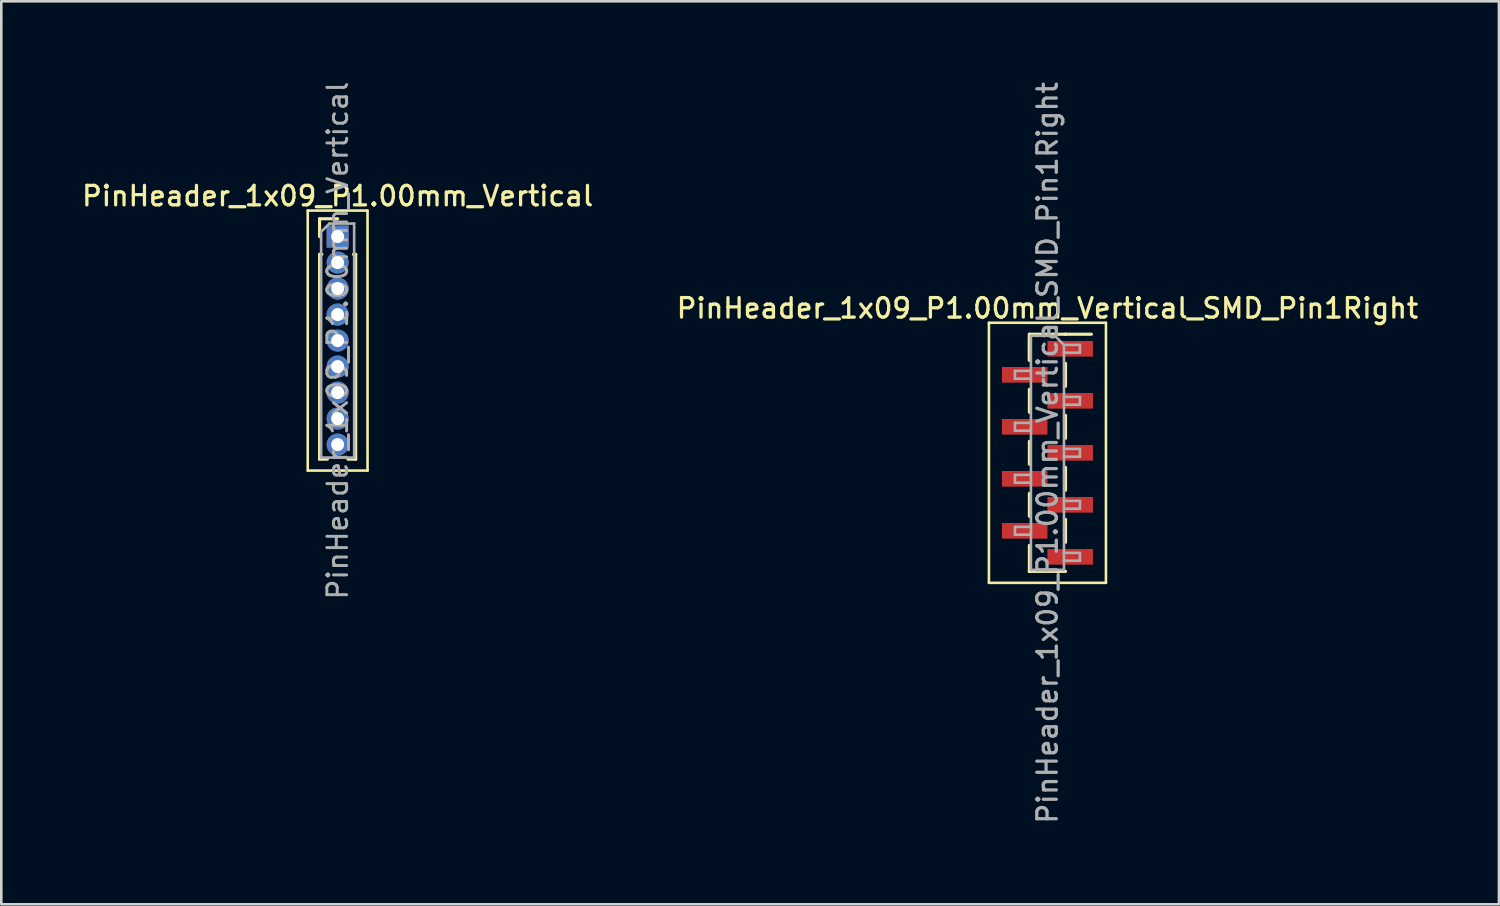
<source format=kicad_pcb>
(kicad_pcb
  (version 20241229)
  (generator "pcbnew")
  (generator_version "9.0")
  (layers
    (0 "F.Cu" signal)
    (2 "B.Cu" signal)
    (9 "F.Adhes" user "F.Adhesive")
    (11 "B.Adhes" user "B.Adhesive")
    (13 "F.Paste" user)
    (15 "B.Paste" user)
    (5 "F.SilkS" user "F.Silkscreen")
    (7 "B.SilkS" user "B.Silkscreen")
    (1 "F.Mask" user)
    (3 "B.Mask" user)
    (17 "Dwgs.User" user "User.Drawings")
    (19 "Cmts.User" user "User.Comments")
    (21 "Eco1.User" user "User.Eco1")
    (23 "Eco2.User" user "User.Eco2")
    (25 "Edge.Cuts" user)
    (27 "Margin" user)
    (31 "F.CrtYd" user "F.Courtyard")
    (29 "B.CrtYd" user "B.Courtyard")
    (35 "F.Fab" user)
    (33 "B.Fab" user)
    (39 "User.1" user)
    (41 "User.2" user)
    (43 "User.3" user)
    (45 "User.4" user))
  (footprint "PinHeader_1x09_P1.00mm_Vertical"
    (layer "F.Cu")
    (at 9.934 6.047)
    (property "Reference" "PinHeader_1x09_P1.00mm_Vertical" (at 0 -1.56 0) (layer "F.SilkS") (effects (font (size 0.75 0.75) (thickness 0.125))))
    (attr through_hole)
    (fp_line (start -1.15 -1) (end -1.15 9) (stroke (width 0.1) (type solid)) (layer "F.SilkS"))
    (fp_line (start -1.15 9) (end 1.15 9) (stroke (width 0.1) (type solid)) (layer "F.SilkS"))
    (fp_line (start -0.695 -0.685) (end 0 -0.685) (stroke (width 0.12) (type solid)) (layer "F.SilkS"))
    (fp_line (start -0.695 0) (end -0.695 -0.685) (stroke (width 0.12) (type solid)) (layer "F.SilkS"))
    (fp_line (start -0.695 0.685) (end -0.695 8.56) (stroke (width 0.12) (type solid)) (layer "F.SilkS"))
    (fp_line (start -0.695 0.685) (end -0.608 0.685) (stroke (width 0.12) (type solid)) (layer "F.SilkS"))
    (fp_line (start -0.695 8.56) (end -0.394 8.56) (stroke (width 0.12) (type solid)) (layer "F.SilkS"))
    (fp_line (start 0.394 8.56) (end 0.695 8.56) (stroke (width 0.12) (type solid)) (layer "F.SilkS"))
    (fp_line (start 0.608 0.685) (end 0.695 0.685) (stroke (width 0.12) (type solid)) (layer "F.SilkS"))
    (fp_line (start 0.695 0.685) (end 0.695 8.56) (stroke (width 0.12) (type solid)) (layer "F.SilkS"))
    (fp_line (start 1.15 -1) (end -1.15 -1) (stroke (width 0.1) (type solid)) (layer "F.SilkS"))
    (fp_line (start 1.15 9) (end 1.15 -1) (stroke (width 0.1) (type solid)) (layer "F.SilkS"))
    (fp_line (start -0.635 -0.182) (end -0.318 -0.5) (stroke (width 0.1) (type solid)) (layer "F.Fab"))
    (fp_line (start -0.635 8.5) (end -0.635 -0.182) (stroke (width 0.1) (type solid)) (layer "F.Fab"))
    (fp_line (start -0.318 -0.5) (end 0.635 -0.5) (stroke (width 0.1) (type solid)) (layer "F.Fab"))
    (fp_line (start 0.635 -0.5) (end 0.635 8.5) (stroke (width 0.1) (type solid)) (layer "F.Fab"))
    (fp_line (start 0.635 8.5) (end -0.635 8.5) (stroke (width 0.1) (type solid)) (layer "F.Fab"))
    (fp_text user "${REFERENCE}" (at 0 4 90) (layer "F.Fab") (effects (font (size 0.76 0.76) (thickness 0.114))))
    (pad "1" thru_hole rect (at 0 0) (size 0.85 0.85) (drill 0.5) (layers "*.Cu" "*.Mask"))
    (pad "2" thru_hole oval (at 0 1) (size 0.85 0.85) (drill 0.5) (layers "*.Cu" "*.Mask"))
    (pad "3" thru_hole oval (at 0 2) (size 0.85 0.85) (drill 0.5) (layers "*.Cu" "*.Mask"))
    (pad "4" thru_hole oval (at 0 3) (size 0.85 0.85) (drill 0.5) (layers "*.Cu" "*.Mask"))
    (pad "5" thru_hole oval (at 0 4) (size 0.85 0.85) (drill 0.5) (layers "*.Cu" "*.Mask"))
    (pad "6" thru_hole oval (at 0 5) (size 0.85 0.85) (drill 0.5) (layers "*.Cu" "*.Mask"))
    (pad "7" thru_hole oval (at 0 6) (size 0.85 0.85) (drill 0.5) (layers "*.Cu" "*.Mask"))
    (pad "8" thru_hole oval (at 0 7) (size 0.85 0.85) (drill 0.5) (layers "*.Cu" "*.Mask"))
    (pad "9" thru_hole oval (at 0 8) (size 0.85 0.85) (drill 0.5) (layers "*.Cu" "*.Mask")))
  (footprint "PinHeader_1x09_P1.00mm_Vertical_SMD_Pin1Right"
    (layer "F.Cu")
    (at 37.23 14.363)
    (property "Reference" "PinHeader_1x09_P1.00mm_Vertical_SMD_Pin1Right" (at 0 -5.56 0) (layer "F.SilkS") (effects (font (size 0.75 0.75) (thickness 0.125))))
    (attr smd)
    (fp_line (start -2.25 -5) (end -2.25 5) (stroke (width 0.1) (type solid)) (layer "F.SilkS"))
    (fp_line (start -2.25 5) (end 2.25 5) (stroke (width 0.1) (type solid)) (layer "F.SilkS"))
    (fp_line (start -0.695 -4.56) (end -0.695 -3.56) (stroke (width 0.12) (type solid)) (layer "F.SilkS"))
    (fp_line (start -0.695 -4.56) (end 0.695 -4.56) (stroke (width 0.12) (type solid)) (layer "F.SilkS"))
    (fp_line (start -0.695 -4.44) (end -0.695 -3.56) (stroke (width 0.12) (type solid)) (layer "F.SilkS"))
    (fp_line (start -0.695 -2.44) (end -0.695 -1.56) (stroke (width 0.12) (type solid)) (layer "F.SilkS"))
    (fp_line (start -0.695 -0.44) (end -0.695 0.44) (stroke (width 0.12) (type solid)) (layer "F.SilkS"))
    (fp_line (start -0.695 1.56) (end -0.695 2.44) (stroke (width 0.12) (type solid)) (layer "F.SilkS"))
    (fp_line (start -0.695 3.56) (end -0.695 4.56) (stroke (width 0.12) (type solid)) (layer "F.SilkS"))
    (fp_line (start -0.695 4.56) (end -0.695 4.56) (stroke (width 0.12) (type solid)) (layer "F.SilkS"))
    (fp_line (start -0.695 4.56) (end 0.695 4.56) (stroke (width 0.12) (type solid)) (layer "F.SilkS"))
    (fp_line (start 0.695 -4.56) (end 0.695 -4.56) (stroke (width 0.12) (type solid)) (layer "F.SilkS"))
    (fp_line (start 0.695 -4.56) (end 1.69 -4.56) (stroke (width 0.12) (type solid)) (layer "F.SilkS"))
    (fp_line (start 0.695 -3.44) (end 0.695 -2.56) (stroke (width 0.12) (type solid)) (layer "F.SilkS"))
    (fp_line (start 0.695 -1.44) (end 0.695 -0.56) (stroke (width 0.12) (type solid)) (layer "F.SilkS"))
    (fp_line (start 0.695 0.56) (end 0.695 1.44) (stroke (width 0.12) (type solid)) (layer "F.SilkS"))
    (fp_line (start 0.695 2.56) (end 0.695 3.44) (stroke (width 0.12) (type solid)) (layer "F.SilkS"))
    (fp_line (start 2.25 -5) (end -2.25 -5) (stroke (width 0.1) (type solid)) (layer "F.SilkS"))
    (fp_line (start 2.25 5) (end 2.25 -5) (stroke (width 0.1) (type solid)) (layer "F.SilkS"))
    (fp_line (start -1.25 -3.15) (end -1.25 -2.85) (stroke (width 0.1) (type solid)) (layer "F.Fab"))
    (fp_line (start -1.25 -2.85) (end -0.635 -2.85) (stroke (width 0.1) (type solid)) (layer "F.Fab"))
    (fp_line (start -1.25 -1.15) (end -1.25 -0.85) (stroke (width 0.1) (type solid)) (layer "F.Fab"))
    (fp_line (start -1.25 -0.85) (end -0.635 -0.85) (stroke (width 0.1) (type solid)) (layer "F.Fab"))
    (fp_line (start -1.25 0.85) (end -1.25 1.15) (stroke (width 0.1) (type solid)) (layer "F.Fab"))
    (fp_line (start -1.25 1.15) (end -0.635 1.15) (stroke (width 0.1) (type solid)) (layer "F.Fab"))
    (fp_line (start -1.25 2.85) (end -1.25 3.15) (stroke (width 0.1) (type solid)) (layer "F.Fab"))
    (fp_line (start -1.25 3.15) (end -0.635 3.15) (stroke (width 0.1) (type solid)) (layer "F.Fab"))
    (fp_line (start -0.635 -4.5) (end -0.635 4.5) (stroke (width 0.1) (type solid)) (layer "F.Fab"))
    (fp_line (start -0.635 -4.5) (end 0.285 -4.5) (stroke (width 0.1) (type solid)) (layer "F.Fab"))
    (fp_line (start -0.635 -3.15) (end -1.25 -3.15) (stroke (width 0.1) (type solid)) (layer "F.Fab"))
    (fp_line (start -0.635 -1.15) (end -1.25 -1.15) (stroke (width 0.1) (type solid)) (layer "F.Fab"))
    (fp_line (start -0.635 0.85) (end -1.25 0.85) (stroke (width 0.1) (type solid)) (layer "F.Fab"))
    (fp_line (start -0.635 2.85) (end -1.25 2.85) (stroke (width 0.1) (type solid)) (layer "F.Fab"))
    (fp_line (start 0.635 -4.15) (end 0.285 -4.5) (stroke (width 0.1) (type solid)) (layer "F.Fab"))
    (fp_line (start 0.635 -4.15) (end 1.25 -4.15) (stroke (width 0.1) (type solid)) (layer "F.Fab"))
    (fp_line (start 0.635 -2.15) (end 1.25 -2.15) (stroke (width 0.1) (type solid)) (layer "F.Fab"))
    (fp_line (start 0.635 -0.15) (end 1.25 -0.15) (stroke (width 0.1) (type solid)) (layer "F.Fab"))
    (fp_line (start 0.635 1.85) (end 1.25 1.85) (stroke (width 0.1) (type solid)) (layer "F.Fab"))
    (fp_line (start 0.635 3.85) (end 1.25 3.85) (stroke (width 0.1) (type solid)) (layer "F.Fab"))
    (fp_line (start 0.635 4.5) (end -0.635 4.5) (stroke (width 0.1) (type solid)) (layer "F.Fab"))
    (fp_line (start 0.635 4.5) (end 0.635 -4.15) (stroke (width 0.1) (type solid)) (layer "F.Fab"))
    (fp_line (start 1.25 -4.15) (end 1.25 -3.85) (stroke (width 0.1) (type solid)) (layer "F.Fab"))
    (fp_line (start 1.25 -3.85) (end 0.635 -3.85) (stroke (width 0.1) (type solid)) (layer "F.Fab"))
    (fp_line (start 1.25 -2.15) (end 1.25 -1.85) (stroke (width 0.1) (type solid)) (layer "F.Fab"))
    (fp_line (start 1.25 -1.85) (end 0.635 -1.85) (stroke (width 0.1) (type solid)) (layer "F.Fab"))
    (fp_line (start 1.25 -0.15) (end 1.25 0.15) (stroke (width 0.1) (type solid)) (layer "F.Fab"))
    (fp_line (start 1.25 0.15) (end 0.635 0.15) (stroke (width 0.1) (type solid)) (layer "F.Fab"))
    (fp_line (start 1.25 1.85) (end 1.25 2.15) (stroke (width 0.1) (type solid)) (layer "F.Fab"))
    (fp_line (start 1.25 2.15) (end 0.635 2.15) (stroke (width 0.1) (type solid)) (layer "F.Fab"))
    (fp_line (start 1.25 3.85) (end 1.25 4.15) (stroke (width 0.1) (type solid)) (layer "F.Fab"))
    (fp_line (start 1.25 4.15) (end 0.635 4.15) (stroke (width 0.1) (type solid)) (layer "F.Fab"))
    (fp_text user "${REFERENCE}" (at 0 0 90) (layer "F.Fab") (effects (font (size 0.75 0.75) (thickness 0.125))))
    (pad "1" smd rect (at 0.875 -4) (size 1.75 0.6) (layers "F.Cu" "F.Mask" "F.Paste"))
    (pad "2" smd rect (at -0.875 -3) (size 1.75 0.6) (layers "F.Cu" "F.Mask" "F.Paste"))
    (pad "3" smd rect (at 0.875 -2) (size 1.75 0.6) (layers "F.Cu" "F.Mask" "F.Paste"))
    (pad "4" smd rect (at -0.875 -1) (size 1.75 0.6) (layers "F.Cu" "F.Mask" "F.Paste"))
    (pad "5" smd rect (at 0.875 0) (size 1.75 0.6) (layers "F.Cu" "F.Mask" "F.Paste"))
    (pad "6" smd rect (at -0.875 1) (size 1.75 0.6) (layers "F.Cu" "F.Mask" "F.Paste"))
    (pad "7" smd rect (at 0.875 2) (size 1.75 0.6) (layers "F.Cu" "F.Mask" "F.Paste"))
    (pad "8" smd rect (at -0.875 3) (size 1.75 0.6) (layers "F.Cu" "F.Mask" "F.Paste"))
    (pad "9" smd rect (at 0.875 4) (size 1.75 0.6) (layers "F.Cu" "F.Mask" "F.Paste")))
  (gr_rect
    (start -3 -3)
    (end 54.593 31.725)
    (stroke (width 0.1) (type default))
    (fill no)
    (layer "Edge.Cuts")))
</source>
